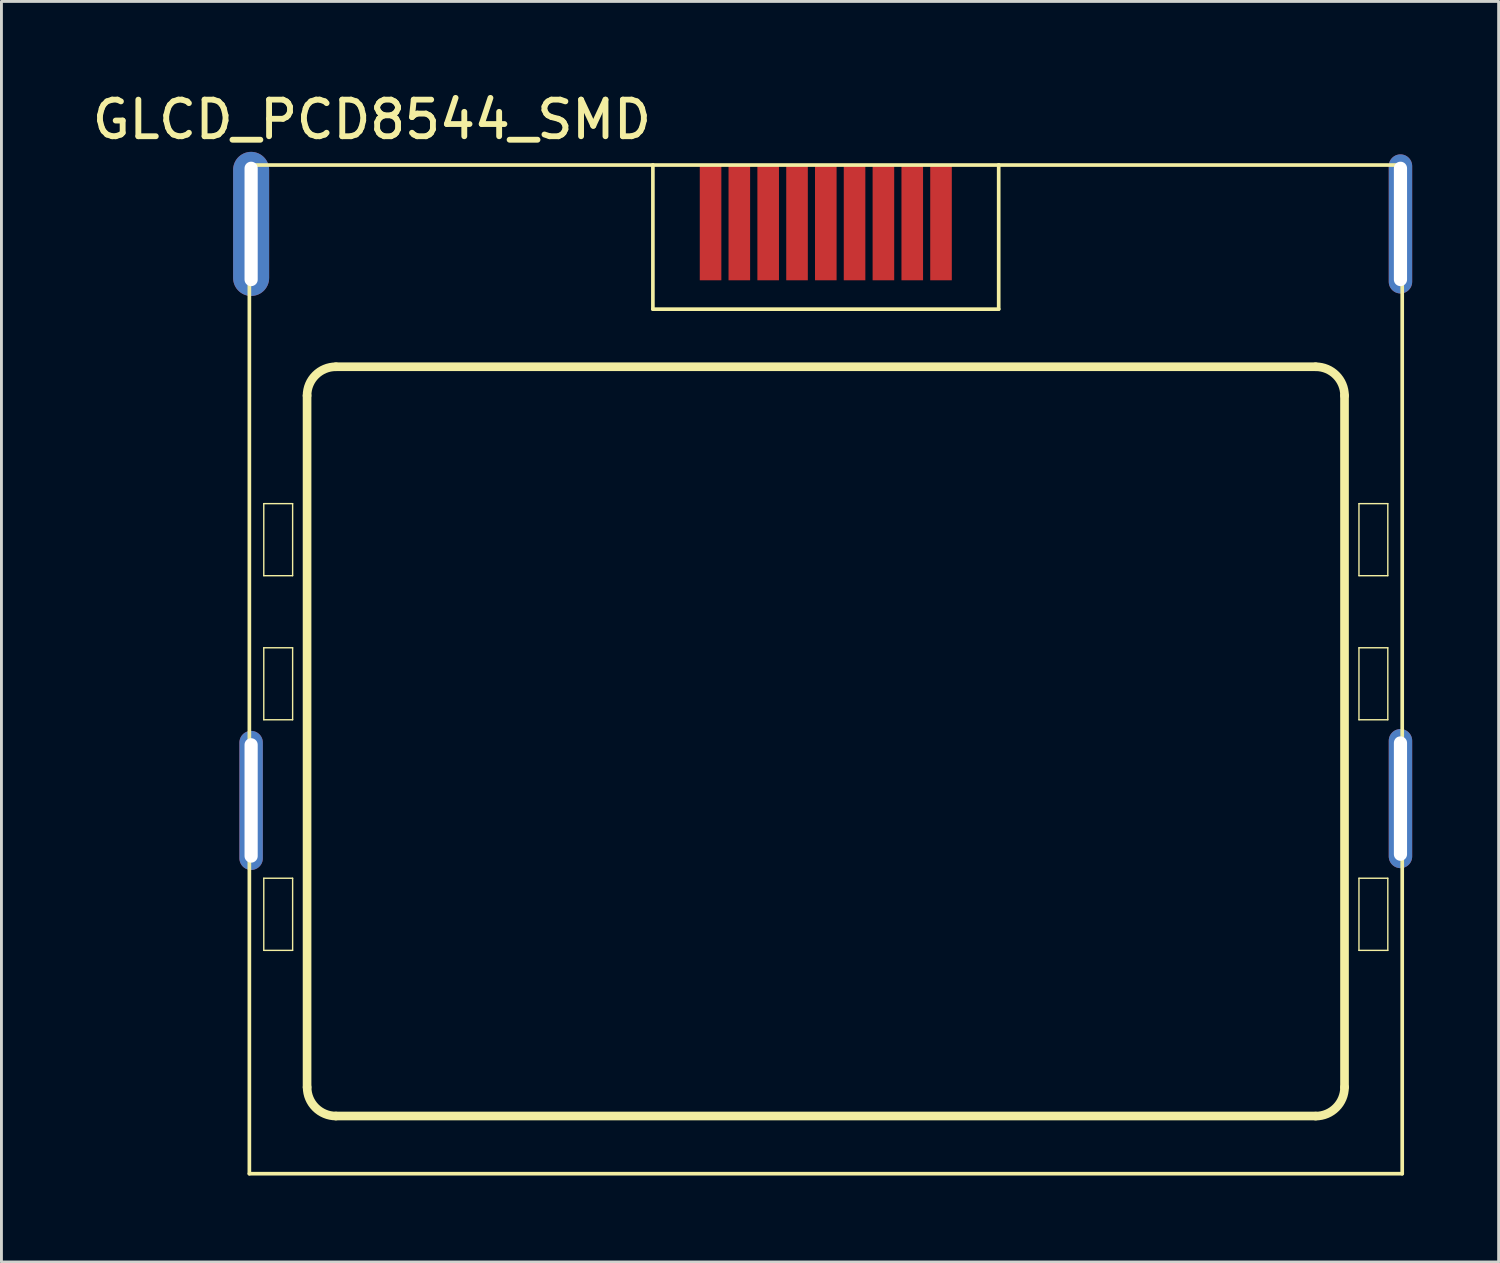
<source format=kicad_pcb>
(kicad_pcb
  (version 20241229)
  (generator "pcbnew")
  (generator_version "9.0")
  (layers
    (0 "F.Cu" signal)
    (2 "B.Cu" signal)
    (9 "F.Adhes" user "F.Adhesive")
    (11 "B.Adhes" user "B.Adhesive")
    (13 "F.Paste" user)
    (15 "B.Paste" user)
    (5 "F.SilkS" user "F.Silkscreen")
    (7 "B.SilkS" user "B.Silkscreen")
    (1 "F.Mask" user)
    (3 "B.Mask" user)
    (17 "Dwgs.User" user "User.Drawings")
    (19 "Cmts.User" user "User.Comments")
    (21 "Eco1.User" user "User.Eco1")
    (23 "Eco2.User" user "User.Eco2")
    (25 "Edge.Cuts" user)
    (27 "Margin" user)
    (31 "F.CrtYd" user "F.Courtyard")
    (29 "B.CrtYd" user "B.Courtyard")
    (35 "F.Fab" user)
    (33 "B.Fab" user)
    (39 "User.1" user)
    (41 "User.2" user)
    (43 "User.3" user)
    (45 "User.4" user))
  (footprint "GLCD_PCD8544_SMD"
    (layer "F.Cu")
    (at 25.602 20.15)
    (property "Reference" "GLCD_PCD8544_SMD" (at -15.748 -19.05 0) (layer "F.SilkS") (effects (font (size 1.27 1.27) (thickness 0.203))))
    (attr smd)
    (fp_line (start -20 -17.475) (end -20 17.523) (stroke (width 0.127) (type solid)) (layer "F.SilkS"))
    (fp_line (start -20 -17.475) (end -5.999 -17.475) (stroke (width 0.127) (type solid)) (layer "F.SilkS"))
    (fp_line (start -20 17.523) (end 20 17.523) (stroke (width 0.127) (type solid)) (layer "F.SilkS"))
    (fp_line (start -19.898 -17.374) (end -19.898 -13.574) (stroke (width 0.3) (type solid)) (layer "F.SilkS"))
    (fp_line (start -19.898 2.624) (end -19.898 6.424) (stroke (width 0.3) (type solid)) (layer "F.SilkS"))
    (fp_line (start -19.5 -5.725) (end -18.499 -5.725) (stroke (width 0.048) (type solid)) (layer "F.SilkS"))
    (fp_line (start -19.5 -3.226) (end -19.5 -5.725) (stroke (width 0.048) (type solid)) (layer "F.SilkS"))
    (fp_line (start -19.5 -0.724) (end -18.499 -0.724) (stroke (width 0.048) (type solid)) (layer "F.SilkS"))
    (fp_line (start -19.5 1.773) (end -19.5 -0.724) (stroke (width 0.048) (type solid)) (layer "F.SilkS"))
    (fp_line (start -19.5 7.272) (end -18.499 7.272) (stroke (width 0.048) (type solid)) (layer "F.SilkS"))
    (fp_line (start -19.5 9.774) (end -19.5 7.272) (stroke (width 0.048) (type solid)) (layer "F.SilkS"))
    (fp_line (start -18.499 -5.725) (end -18.499 -3.226) (stroke (width 0.048) (type solid)) (layer "F.SilkS"))
    (fp_line (start -18.499 -3.226) (end -19.5 -3.226) (stroke (width 0.048) (type solid)) (layer "F.SilkS"))
    (fp_line (start -18.499 -0.724) (end -18.499 1.773) (stroke (width 0.048) (type solid)) (layer "F.SilkS"))
    (fp_line (start -18.499 1.773) (end -19.5 1.773) (stroke (width 0.048) (type solid)) (layer "F.SilkS"))
    (fp_line (start -18.499 7.272) (end -18.499 9.774) (stroke (width 0.048) (type solid)) (layer "F.SilkS"))
    (fp_line (start -18.499 9.774) (end -19.5 9.774) (stroke (width 0.048) (type solid)) (layer "F.SilkS"))
    (fp_line (start -17.998 -9.474) (end -17.998 14.524) (stroke (width 0.3) (type solid)) (layer "F.SilkS"))
    (fp_line (start -16.998 15.522) (end 16.998 15.522) (stroke (width 0.3) (type solid)) (layer "F.SilkS"))
    (fp_line (start -5.999 -17.475) (end -5.999 -12.474) (stroke (width 0.127) (type solid)) (layer "F.SilkS"))
    (fp_line (start -5.999 -17.475) (end 5.999 -17.475) (stroke (width 0.127) (type solid)) (layer "F.SilkS"))
    (fp_line (start -5.999 -12.474) (end 5.999 -12.474) (stroke (width 0.127) (type solid)) (layer "F.SilkS"))
    (fp_line (start 5.999 -17.475) (end 20 -17.475) (stroke (width 0.127) (type solid)) (layer "F.SilkS"))
    (fp_line (start 5.999 -12.474) (end 5.999 -17.475) (stroke (width 0.127) (type solid)) (layer "F.SilkS"))
    (fp_line (start 16.998 -10.475) (end -16.998 -10.475) (stroke (width 0.3) (type solid)) (layer "F.SilkS"))
    (fp_line (start 17.998 14.524) (end 17.998 -9.474) (stroke (width 0.3) (type solid)) (layer "F.SilkS"))
    (fp_line (start 18.499 -5.725) (end 19.5 -5.725) (stroke (width 0.048) (type solid)) (layer "F.SilkS"))
    (fp_line (start 18.499 -3.226) (end 18.499 -5.725) (stroke (width 0.048) (type solid)) (layer "F.SilkS"))
    (fp_line (start 18.499 -0.724) (end 19.5 -0.724) (stroke (width 0.048) (type solid)) (layer "F.SilkS"))
    (fp_line (start 18.499 1.773) (end 18.499 -0.724) (stroke (width 0.048) (type solid)) (layer "F.SilkS"))
    (fp_line (start 18.499 7.272) (end 19.5 7.272) (stroke (width 0.048) (type solid)) (layer "F.SilkS"))
    (fp_line (start 18.499 9.774) (end 18.499 7.272) (stroke (width 0.048) (type solid)) (layer "F.SilkS"))
    (fp_line (start 19.5 -5.725) (end 19.5 -3.226) (stroke (width 0.048) (type solid)) (layer "F.SilkS"))
    (fp_line (start 19.5 -3.226) (end 18.499 -3.226) (stroke (width 0.048) (type solid)) (layer "F.SilkS"))
    (fp_line (start 19.5 -0.724) (end 19.5 1.773) (stroke (width 0.048) (type solid)) (layer "F.SilkS"))
    (fp_line (start 19.5 1.773) (end 18.499 1.773) (stroke (width 0.048) (type solid)) (layer "F.SilkS"))
    (fp_line (start 19.5 7.272) (end 19.5 9.774) (stroke (width 0.048) (type solid)) (layer "F.SilkS"))
    (fp_line (start 19.5 9.774) (end 18.499 9.774) (stroke (width 0.048) (type solid)) (layer "F.SilkS"))
    (fp_line (start 19.898 -17.374) (end 19.898 -13.574) (stroke (width 0.3) (type solid)) (layer "F.SilkS"))
    (fp_line (start 19.898 2.522) (end 19.898 6.322) (stroke (width 0.3) (type solid)) (layer "F.SilkS"))
    (fp_line (start 20 -17.475) (end 20 17.523) (stroke (width 0.127) (type solid)) (layer "F.SilkS"))
    (fp_arc (start -17.99844 -9.4742) (mid -17.705324 -10.181844) (end -16.99768 -10.47496) (stroke (width 0.29972) (type solid)) (layer "F.SilkS"))
    (fp_arc (start -16.99768 15.52194) (mid -17.703528 15.229568) (end -17.9959 14.52372) (stroke (width 0.29972) (type solid)) (layer "F.SilkS"))
    (fp_arc (start 16.99768 -10.47496) (mid 17.705324 -10.181844) (end 17.99844 -9.4742) (stroke (width 0.29972) (type solid)) (layer "F.SilkS"))
    (fp_arc (start 17.99844 14.52372) (mid 17.705324 15.231364) (end 16.99768 15.52448) (stroke (width 0.29972) (type solid)) (layer "F.SilkS"))
    (pad "1" smd rect (at 3.998 -15.474 90) (size 3.998 0.749) (layers "F.Cu" "F.Mask" "F.Paste"))
    (pad "2" smd rect (at 3 -15.474 90) (size 3.998 0.749) (layers "F.Cu" "F.Mask" "F.Paste"))
    (pad "3" smd rect (at 1.999 -15.474 90) (size 3.998 0.749) (layers "F.Cu" "F.Mask" "F.Paste"))
    (pad "4" smd rect (at 0.998 -15.474 90) (size 3.998 0.749) (layers "F.Cu" "F.Mask" "F.Paste"))
    (pad "5" smd rect (at 0 -15.474 90) (size 3.998 0.749) (layers "F.Cu" "F.Mask" "F.Paste"))
    (pad "6" smd rect (at -0.998 -15.474 90) (size 3.998 0.749) (layers "F.Cu" "F.Mask" "F.Paste"))
    (pad "7" thru_hole oval (at -19.939 -15.431 90) (size 5 1.25) (drill oval 4.318 0.457) (layers "*.Cu" "*.Mask"))
    (pad "7" thru_hole oval (at -19.939 4.572 90) (size 4.826 0.813) (drill oval 4.318 0.457) (layers "*.Cu" "*.Mask"))
    (pad "7" smd rect (at -1.999 -15.474 90) (size 3.998 0.749) (layers "F.Cu" "F.Mask" "F.Paste"))
    (pad "7" thru_hole oval (at 19.939 -15.431 90) (size 4.826 0.813) (drill oval 4.318 0.457) (layers "*.Cu" "*.Mask"))
    (pad "7" thru_hole oval (at 19.939 4.508 90) (size 4.826 0.813) (drill oval 4.318 0.457) (layers "*.Cu" "*.Mask"))
    (pad "8" smd rect (at -3 -15.474 90) (size 3.998 0.749) (layers "F.Cu" "F.Mask" "F.Paste"))
    (pad "9" smd rect (at -3.998 -15.474 90) (size 3.998 0.749) (layers "F.Cu" "F.Mask" "F.Paste")))
  (gr_rect
    (start -3 -3)
    (end 48.947 40.737)
    (stroke (width 0.1) (type default))
    (fill no)
    (layer "Edge.Cuts")))
</source>
